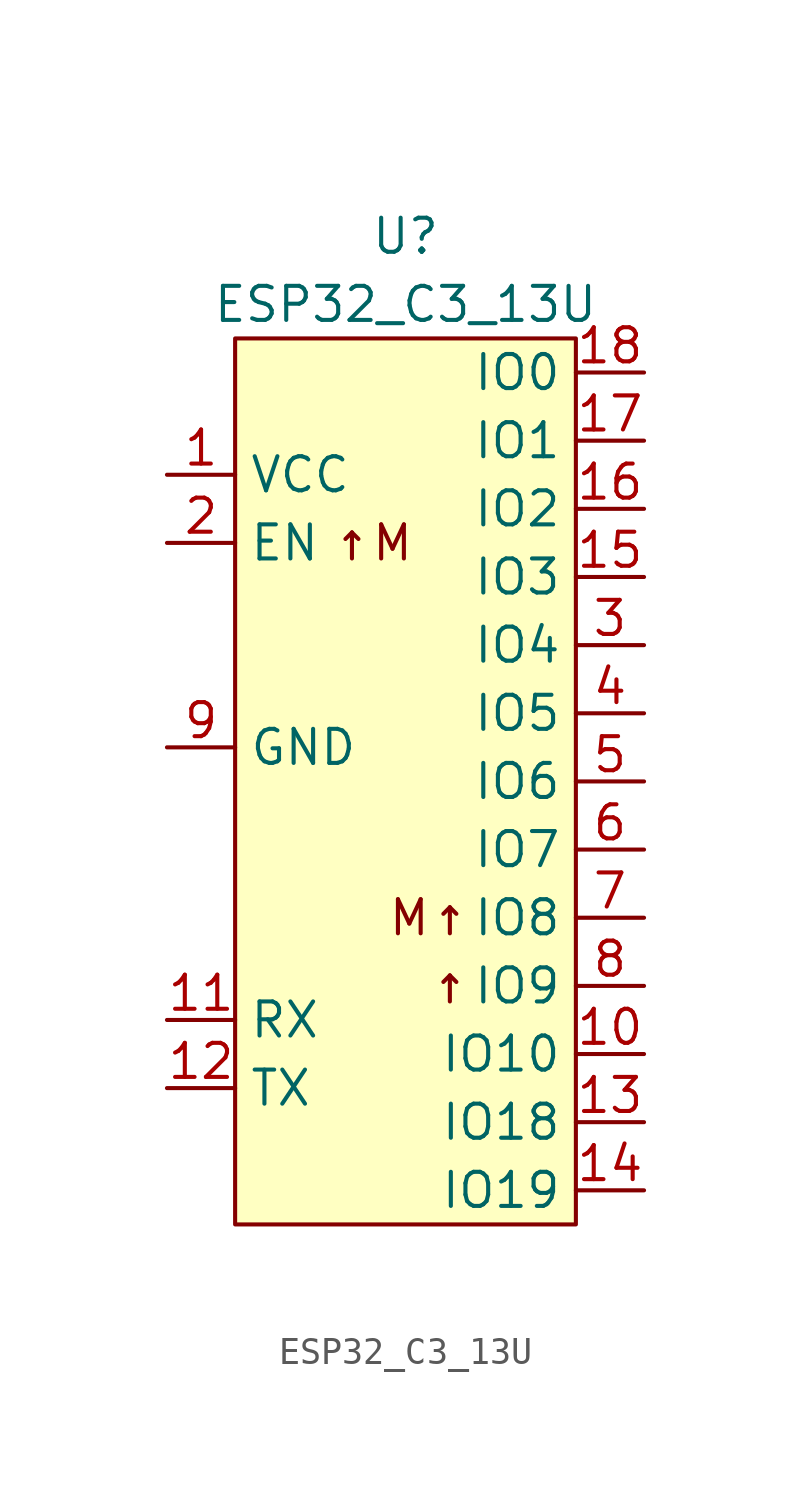
<source format=kicad_sym>
(kicad_symbol_lib
  (version 20211014)
  (generator kicad_symbol_editor)
  (symbol "ESP32_C3_13U"
    (property "Reference" "U"
      (at 0 3.81 0)
      (effects (font (size 1.27 1.27))))
    (property "Value" "ESP32_C3_13U"
      (at 0 1.27 0)
      (effects (font (size 1.27 1.27))))
    (symbol "ESP32_C3_13U_0_0"
      (text "M↑" (at 2.54 -21.59 0) (effects (font (size 1.27 1.27)) (justify right)))
      (text "↑" (at 2.54 -24.13 0) (effects (font (size 1.27 1.27)) (justify right)))
      (text "↑M" (at -1.27 -7.62 0) (effects (font (size 1.27 1.27))))
      (pin power_in line (at -8.89 -5.08 0) (length 2.54) (name "VCC" (effects (font (size 1.27 1.27)))) (number "1" (effects (font (size 1.27 1.27)))))
      (pin bidirectional line (at 8.89 -26.67 180) (length 2.54) (name "IO10" (effects (font (size 1.27 1.27)))) (number "10" (effects (font (size 1.27 1.27)))))
      (pin input line (at -8.89 -25.4 0) (length 2.54) (name "RX" (effects (font (size 1.27 1.27)))) (number "11" (effects (font (size 1.27 1.27)))))
      (pin output line (at -8.89 -27.94 0) (length 2.54) (name "TX" (effects (font (size 1.27 1.27)))) (number "12" (effects (font (size 1.27 1.27)))))
      (pin bidirectional line (at 8.89 -29.21 180) (length 2.54) (name "IO18" (effects (font (size 1.27 1.27)))) (number "13" (effects (font (size 1.27 1.27)))))
      (pin bidirectional line (at 8.89 -31.75 180) (length 2.54) (name "IO19" (effects (font (size 1.27 1.27)))) (number "14" (effects (font (size 1.27 1.27)))))
      (pin bidirectional line (at 8.89 -8.89 180) (length 2.54) (name "IO3" (effects (font (size 1.27 1.27)))) (number "15" (effects (font (size 1.27 1.27)))))
      (pin bidirectional line (at 8.89 -6.35 180) (length 2.54) (name "IO2" (effects (font (size 1.27 1.27)))) (number "16" (effects (font (size 1.27 1.27)))))
      (pin bidirectional line (at 8.89 -3.81 180) (length 2.54) (name "IO1" (effects (font (size 1.27 1.27)))) (number "17" (effects (font (size 1.27 1.27)))))
      (pin bidirectional line (at 8.89 -1.27 180) (length 2.54) (name "IO0" (effects (font (size 1.27 1.27)))) (number "18" (effects (font (size 1.27 1.27)))))
      (pin input line (at -8.89 -7.62 0) (length 2.54) (name "EN" (effects (font (size 1.27 1.27)))) (number "2" (effects (font (size 1.27 1.27)))))
      (pin bidirectional line (at 8.89 -11.43 180) (length 2.54) (name "IO4" (effects (font (size 1.27 1.27)))) (number "3" (effects (font (size 1.27 1.27)))))
      (pin bidirectional line (at 8.89 -13.97 180) (length 2.54) (name "IO5" (effects (font (size 1.27 1.27)))) (number "4" (effects (font (size 1.27 1.27)))))
      (pin bidirectional line (at 8.89 -16.51 180) (length 2.54) (name "IO6" (effects (font (size 1.27 1.27)))) (number "5" (effects (font (size 1.27 1.27)))))
      (pin bidirectional line (at 8.89 -19.05 180) (length 2.54) (name "IO7" (effects (font (size 1.27 1.27)))) (number "6" (effects (font (size 1.27 1.27)))))
      (pin bidirectional line (at 8.89 -21.59 180) (length 2.54) (name "IO8" (effects (font (size 1.27 1.27)))) (number "7" (effects (font (size 1.27 1.27)))))
      (pin bidirectional line (at 8.89 -24.13 180) (length 2.54) (name "IO9" (effects (font (size 1.27 1.27)))) (number "8" (effects (font (size 1.27 1.27)))))
      (pin bidirectional line (at -8.89 -15.24 0) (length 2.54) (name "GND" (effects (font (size 1.27 1.27)))) (number "9" (effects (font (size 1.27 1.27))))))
    (symbol "ESP32_C3_13U_0_1"
      (rectangle (start -6.35 0) (end 6.35 -33.02) (stroke (width 0.152) (type default) (color 0 0 0 0)) (fill (type background))))))
</source>
